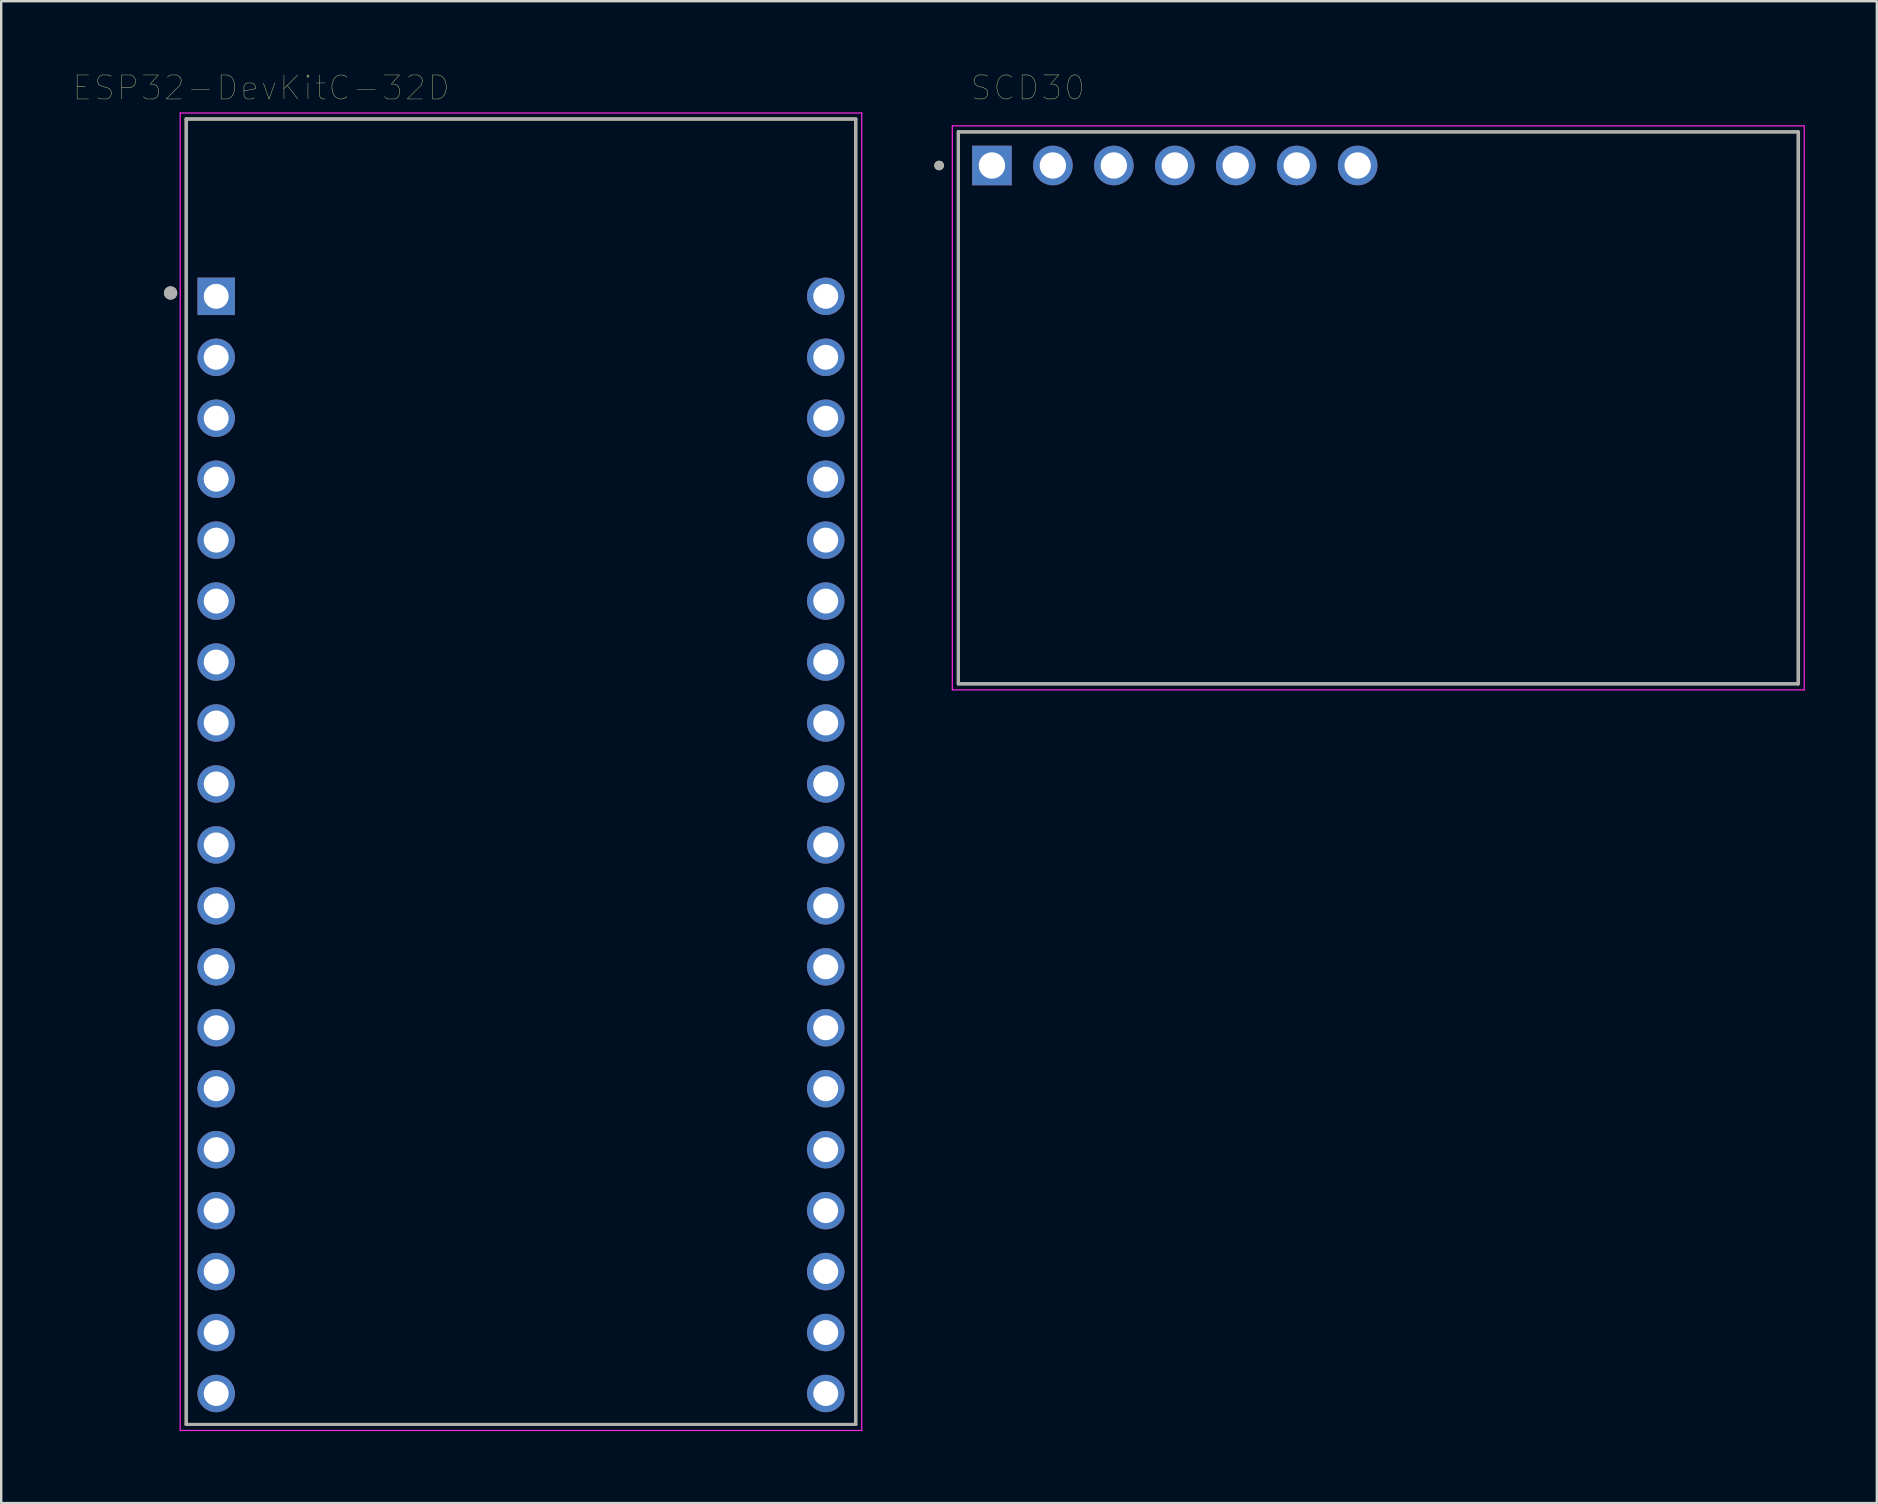
<source format=kicad_pcb>
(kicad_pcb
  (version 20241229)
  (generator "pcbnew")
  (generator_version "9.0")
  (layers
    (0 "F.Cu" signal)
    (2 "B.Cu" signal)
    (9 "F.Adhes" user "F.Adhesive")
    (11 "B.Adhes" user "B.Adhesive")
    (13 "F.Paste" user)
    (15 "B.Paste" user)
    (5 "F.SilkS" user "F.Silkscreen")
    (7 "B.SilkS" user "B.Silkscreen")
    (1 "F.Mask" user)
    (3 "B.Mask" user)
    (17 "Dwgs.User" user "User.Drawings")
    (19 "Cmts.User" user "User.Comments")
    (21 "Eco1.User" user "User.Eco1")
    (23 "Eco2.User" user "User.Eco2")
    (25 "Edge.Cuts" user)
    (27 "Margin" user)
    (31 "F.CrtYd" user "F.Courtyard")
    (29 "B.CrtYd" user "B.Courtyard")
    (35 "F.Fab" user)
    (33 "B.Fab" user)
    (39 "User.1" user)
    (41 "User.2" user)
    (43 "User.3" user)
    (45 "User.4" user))
  (footprint "SCD30"
    (layer "F.Cu")
    (at 54.384 13.946)
    (property "Reference" "SCD30" (at -14.605 -13.335 0) (layer "F.SilkS") (effects (font (size 1 1) (thickness 0.015))))
    (attr through_hole)
    (fp_line (start -17.5 -11.5) (end 17.5 -11.5) (stroke (width 0.127) (type solid)) (layer "F.SilkS"))
    (fp_line (start -17.5 11.5) (end -17.5 -11.5) (stroke (width 0.127) (type solid)) (layer "F.SilkS"))
    (fp_line (start 17.5 -11.5) (end 17.5 11.5) (stroke (width 0.127) (type solid)) (layer "F.SilkS"))
    (fp_line (start 17.5 11.5) (end -17.5 11.5) (stroke (width 0.127) (type solid)) (layer "F.SilkS"))
    (fp_circle (center -18.3 -10.1) (end -18.2 -10.1) (stroke (width 0.2) (type solid)) (fill no) (layer "F.SilkS"))
    (fp_line (start -17.75 -11.75) (end 17.75 -11.75) (stroke (width 0.05) (type solid)) (layer "F.CrtYd"))
    (fp_line (start -17.75 11.75) (end -17.75 -11.75) (stroke (width 0.05) (type solid)) (layer "F.CrtYd"))
    (fp_line (start 17.75 -11.75) (end 17.75 11.75) (stroke (width 0.05) (type solid)) (layer "F.CrtYd"))
    (fp_line (start 17.75 11.75) (end -17.75 11.75) (stroke (width 0.05) (type solid)) (layer "F.CrtYd"))
    (fp_line (start -17.5 -11.5) (end 17.5 -11.5) (stroke (width 0.127) (type solid)) (layer "F.Fab"))
    (fp_line (start -17.5 11.5) (end -17.5 -11.5) (stroke (width 0.127) (type solid)) (layer "F.Fab"))
    (fp_line (start 17.5 -11.5) (end 17.5 11.5) (stroke (width 0.127) (type solid)) (layer "F.Fab"))
    (fp_line (start 17.5 11.5) (end -17.5 11.5) (stroke (width 0.127) (type solid)) (layer "F.Fab"))
    (fp_circle (center -18.3 -10.1) (end -18.2 -10.1) (stroke (width 0.2) (type solid)) (fill no) (layer "F.Fab"))
    (pad "1" thru_hole rect (at -16.1 -10.1) (size 1.65 1.65) (drill 1.1) (layers "*.Cu" "*.Mask"))
    (pad "2" thru_hole circle (at -13.56 -10.1) (size 1.65 1.65) (drill 1.1) (layers "*.Cu" "*.Mask"))
    (pad "3" thru_hole circle (at -11.02 -10.1) (size 1.65 1.65) (drill 1.1) (layers "*.Cu" "*.Mask"))
    (pad "4" thru_hole circle (at -8.48 -10.1) (size 1.65 1.65) (drill 1.1) (layers "*.Cu" "*.Mask"))
    (pad "5" thru_hole circle (at -5.94 -10.1) (size 1.65 1.65) (drill 1.1) (layers "*.Cu" "*.Mask"))
    (pad "6" thru_hole circle (at -3.4 -10.1) (size 1.65 1.65) (drill 1.1) (layers "*.Cu" "*.Mask"))
    (pad "7" thru_hole circle (at -0.86 -10.1) (size 1.65 1.65) (drill 1.1) (layers "*.Cu" "*.Mask")))
  (footprint "ESP32-DevKitC-32D"
    (layer "F.Cu")
    (at 18.659 29.058)
    (property "Reference" "ESP32-DevKitC-32D" (at -10.829 -28.446 0) (layer "F.SilkS") (effects (font (size 1 1) (thickness 0.015))))
    (attr through_hole)
    (fp_line (start -13.95 -27.15) (end 13.95 -27.15) (stroke (width 0.127) (type solid)) (layer "F.SilkS"))
    (fp_line (start -13.95 27.25) (end -13.95 -27.15) (stroke (width 0.127) (type solid)) (layer "F.SilkS"))
    (fp_line (start 13.95 -27.15) (end 13.95 27.25) (stroke (width 0.127) (type solid)) (layer "F.SilkS"))
    (fp_line (start 13.95 27.25) (end -13.95 27.25) (stroke (width 0.127) (type solid)) (layer "F.SilkS"))
    (fp_line (start -14.2 -27.4) (end 14.2 -27.4) (stroke (width 0.05) (type solid)) (layer "F.CrtYd"))
    (fp_line (start -14.2 27.5) (end -14.2 -27.4) (stroke (width 0.05) (type solid)) (layer "F.CrtYd"))
    (fp_line (start 14.2 -27.4) (end 14.2 27.5) (stroke (width 0.05) (type solid)) (layer "F.CrtYd"))
    (fp_line (start 14.2 27.5) (end -14.2 27.5) (stroke (width 0.05) (type solid)) (layer "F.CrtYd"))
    (fp_line (start -13.95 -27.15) (end 13.95 -27.15) (stroke (width 0.127) (type solid)) (layer "F.Fab"))
    (fp_line (start -13.95 27.25) (end -13.95 -27.15) (stroke (width 0.127) (type solid)) (layer "F.Fab"))
    (fp_line (start 13.95 -27.15) (end 13.95 27.25) (stroke (width 0.127) (type solid)) (layer "F.Fab"))
    (fp_line (start 13.95 27.25) (end -13.95 27.25) (stroke (width 0.127) (type solid)) (layer "F.Fab"))
    (fp_circle (center -14.6 -19.9) (end -14.46 -19.9) (stroke (width 0.28) (type solid)) (fill no) (layer "F.Fab"))
    (fp_circle (center -14.6 -19.9) (end -14.46 -19.9) (stroke (width 0.28) (type solid)) (fill no) (layer "F.Fab"))
    (pad "1" thru_hole rect (at -12.7 -19.76) (size 1.56 1.56) (drill 1.04) (layers "*.Cu" "*.Mask"))
    (pad "2" thru_hole circle (at -12.7 -17.22) (size 1.56 1.56) (drill 1.04) (layers "*.Cu" "*.Mask"))
    (pad "3" thru_hole circle (at -12.7 -14.68) (size 1.56 1.56) (drill 1.04) (layers "*.Cu" "*.Mask"))
    (pad "4" thru_hole circle (at -12.7 -12.14) (size 1.56 1.56) (drill 1.04) (layers "*.Cu" "*.Mask"))
    (pad "5" thru_hole circle (at -12.7 -9.6) (size 1.56 1.56) (drill 1.04) (layers "*.Cu" "*.Mask"))
    (pad "6" thru_hole circle (at -12.7 -7.06) (size 1.56 1.56) (drill 1.04) (layers "*.Cu" "*.Mask"))
    (pad "7" thru_hole circle (at -12.7 -4.52) (size 1.56 1.56) (drill 1.04) (layers "*.Cu" "*.Mask"))
    (pad "8" thru_hole circle (at -12.7 -1.98) (size 1.56 1.56) (drill 1.04) (layers "*.Cu" "*.Mask"))
    (pad "9" thru_hole circle (at -12.7 0.56) (size 1.56 1.56) (drill 1.04) (layers "*.Cu" "*.Mask"))
    (pad "10" thru_hole circle (at -12.7 3.1) (size 1.56 1.56) (drill 1.04) (layers "*.Cu" "*.Mask"))
    (pad "11" thru_hole circle (at -12.7 5.64) (size 1.56 1.56) (drill 1.04) (layers "*.Cu" "*.Mask"))
    (pad "12" thru_hole circle (at -12.7 8.18) (size 1.56 1.56) (drill 1.04) (layers "*.Cu" "*.Mask"))
    (pad "13" thru_hole circle (at -12.7 10.72) (size 1.56 1.56) (drill 1.04) (layers "*.Cu" "*.Mask"))
    (pad "14" thru_hole circle (at -12.7 13.26) (size 1.56 1.56) (drill 1.04) (layers "*.Cu" "*.Mask"))
    (pad "15" thru_hole circle (at -12.7 15.8) (size 1.56 1.56) (drill 1.04) (layers "*.Cu" "*.Mask"))
    (pad "16" thru_hole circle (at -12.7 18.34) (size 1.56 1.56) (drill 1.04) (layers "*.Cu" "*.Mask"))
    (pad "17" thru_hole circle (at -12.7 20.88) (size 1.56 1.56) (drill 1.04) (layers "*.Cu" "*.Mask"))
    (pad "18" thru_hole circle (at -12.7 23.42) (size 1.56 1.56) (drill 1.04) (layers "*.Cu" "*.Mask"))
    (pad "19" thru_hole circle (at -12.7 25.96) (size 1.56 1.56) (drill 1.04) (layers "*.Cu" "*.Mask"))
    (pad "20" thru_hole circle (at 12.7 -19.76) (size 1.56 1.56) (drill 1.04) (layers "*.Cu" "*.Mask"))
    (pad "21" thru_hole circle (at 12.7 -17.22) (size 1.56 1.56) (drill 1.04) (layers "*.Cu" "*.Mask"))
    (pad "22" thru_hole circle (at 12.7 -14.68) (size 1.56 1.56) (drill 1.04) (layers "*.Cu" "*.Mask"))
    (pad "23" thru_hole circle (at 12.7 -12.14) (size 1.56 1.56) (drill 1.04) (layers "*.Cu" "*.Mask"))
    (pad "24" thru_hole circle (at 12.7 -9.6) (size 1.56 1.56) (drill 1.04) (layers "*.Cu" "*.Mask"))
    (pad "25" thru_hole circle (at 12.7 -7.06) (size 1.56 1.56) (drill 1.04) (layers "*.Cu" "*.Mask"))
    (pad "26" thru_hole circle (at 12.7 -4.52) (size 1.56 1.56) (drill 1.04) (layers "*.Cu" "*.Mask"))
    (pad "27" thru_hole circle (at 12.7 -1.98) (size 1.56 1.56) (drill 1.04) (layers "*.Cu" "*.Mask"))
    (pad "28" thru_hole circle (at 12.7 0.56) (size 1.56 1.56) (drill 1.04) (layers "*.Cu" "*.Mask"))
    (pad "29" thru_hole circle (at 12.7 3.1) (size 1.56 1.56) (drill 1.04) (layers "*.Cu" "*.Mask"))
    (pad "30" thru_hole circle (at 12.7 5.64) (size 1.56 1.56) (drill 1.04) (layers "*.Cu" "*.Mask"))
    (pad "31" thru_hole circle (at 12.7 8.18) (size 1.56 1.56) (drill 1.04) (layers "*.Cu" "*.Mask"))
    (pad "32" thru_hole circle (at 12.7 10.72) (size 1.56 1.56) (drill 1.04) (layers "*.Cu" "*.Mask"))
    (pad "33" thru_hole circle (at 12.7 13.26) (size 1.56 1.56) (drill 1.04) (layers "*.Cu" "*.Mask"))
    (pad "34" thru_hole circle (at 12.7 15.8) (size 1.56 1.56) (drill 1.04) (layers "*.Cu" "*.Mask"))
    (pad "35" thru_hole circle (at 12.7 18.34) (size 1.56 1.56) (drill 1.04) (layers "*.Cu" "*.Mask"))
    (pad "36" thru_hole circle (at 12.7 20.88) (size 1.56 1.56) (drill 1.04) (layers "*.Cu" "*.Mask"))
    (pad "37" thru_hole circle (at 12.7 23.42) (size 1.56 1.56) (drill 1.04) (layers "*.Cu" "*.Mask"))
    (pad "38" thru_hole circle (at 12.7 25.96) (size 1.56 1.56) (drill 1.04) (layers "*.Cu" "*.Mask")))
  (gr_rect
    (start -3 -3)
    (end 75.159 59.583)
    (stroke (width 0.1) (type default))
    (fill no)
    (layer "Edge.Cuts")))
</source>
